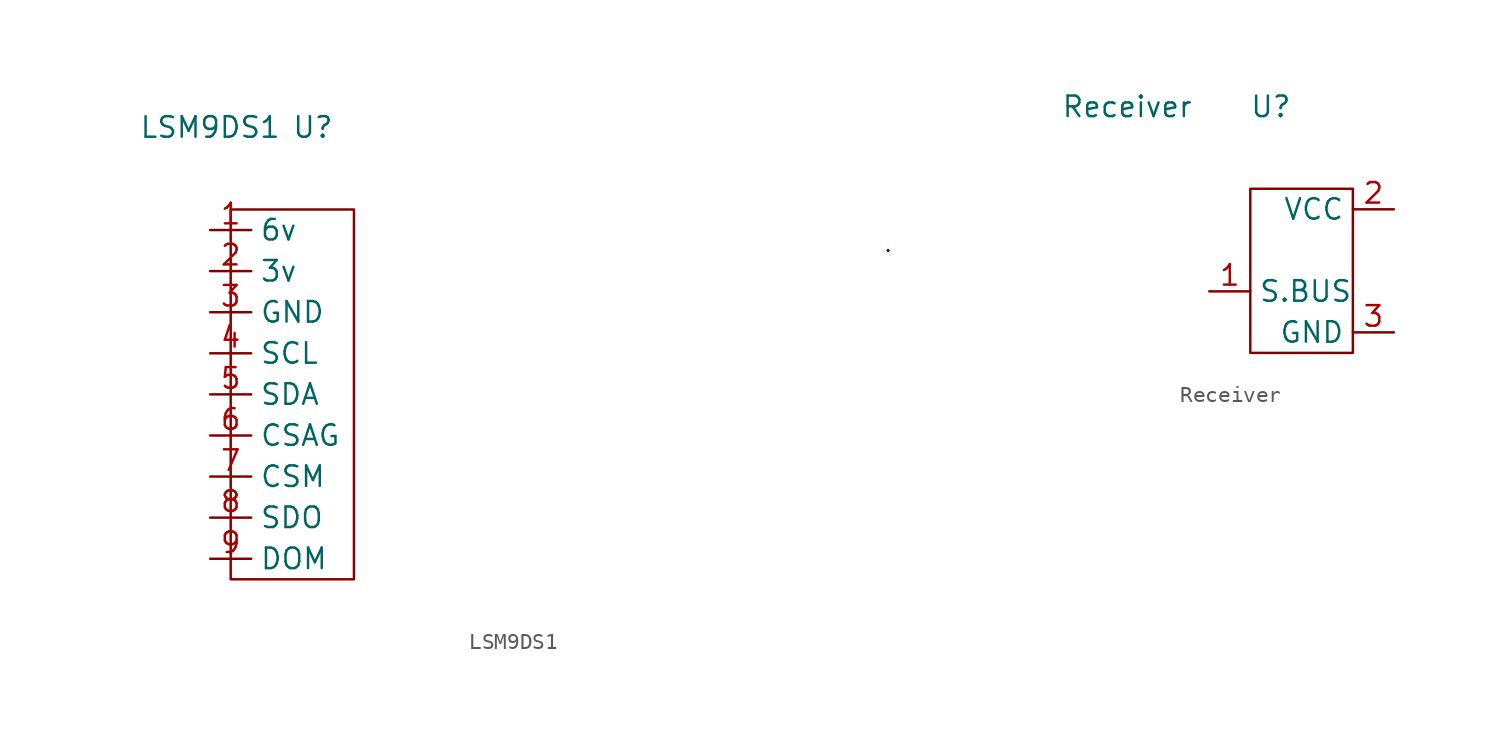
<source format=kicad_sym>
(kicad_symbol_lib
  (version 20211014)
  (generator kicad_symbol_editor)
  (symbol "LSM9DS1"
    (property "Reference" "U"
      (at 6.35 6.35 0)
      (effects (font (size 1.27 1.27))))
    (property "Value" "LSM9DS1"
      (at 0 6.35 0)
      (effects (font (size 1.27 1.27))))
    (symbol "LSM9DS1_0_1"
      (polyline (pts (xy 41.91 -1.27) (xy 41.91 -1.27)) (stroke (width 0) (type default) (color 0 0 0 0)) (fill (type none)))
      (polyline (pts (xy 41.91 -1.27) (xy 41.91 -1.27)) (stroke (width 0) (type default) (color 0 0 0 0)) (fill (type none)))
      (polyline (pts (xy 41.91 -1.27) (xy 41.91 -1.27)) (stroke (width 0) (type default) (color 0 0 0 0)) (fill (type none)))
      (polyline (pts (xy 41.91 -1.27) (xy 41.91 -1.27)) (stroke (width 0) (type default) (color 0 0 0 0)) (fill (type none)))
      (rectangle (start 1.27 1.27) (end 8.89 -21.59) (stroke (width 0) (type default) (color 0 0 0 0)) (fill (type none)))
      (rectangle (start 41.91 -1.27) (end 41.91 -1.27) (stroke (width 0) (type default) (color 0 0 0 0)) (fill (type none)))
      (rectangle (start 41.91 -1.27) (end 41.91 -1.27) (stroke (width 0) (type default) (color 0 0 0 0)) (fill (type none)))
      (rectangle (start 41.91 -1.27) (end 41.91 -1.27) (stroke (width 0) (type default) (color 0 0 0 0)) (fill (type none)))
      (rectangle (start 41.91 -1.27) (end 41.91 -1.27) (stroke (width 0) (type default) (color 0 0 0 0)) (fill (type none))))
    (symbol "LSM9DS1_1_1"
      (pin power_out line (at 0 0 0) (length 2.54) (name "6v" (effects (font (size 1.27 1.27)))) (number "1" (effects (font (size 1.27 1.27)))))
      (pin power_out line (at 0 -2.54 0) (length 2.54) (name "3v" (effects (font (size 1.27 1.27)))) (number "2" (effects (font (size 1.27 1.27)))))
      (pin power_out line (at 0 -5.08 0) (length 2.54) (name "GND" (effects (font (size 1.27 1.27)))) (number "3" (effects (font (size 1.27 1.27)))))
      (pin output line (at 0 -7.62 0) (length 2.54) (name "SCL" (effects (font (size 1.27 1.27)))) (number "4" (effects (font (size 1.27 1.27)))))
      (pin input line (at 0 -10.16 0) (length 2.54) (name "SDA" (effects (font (size 1.27 1.27)))) (number "5" (effects (font (size 1.27 1.27)))))
      (pin input line (at 0 -12.7 0) (length 2.54) (name "CSAG" (effects (font (size 1.27 1.27)))) (number "6" (effects (font (size 1.27 1.27)))))
      (pin input line (at 0 -15.24 0) (length 2.54) (name "CSM" (effects (font (size 1.27 1.27)))) (number "7" (effects (font (size 1.27 1.27)))))
      (pin input line (at 0 -17.78 0) (length 2.54) (name "SDO" (effects (font (size 1.27 1.27)))) (number "8" (effects (font (size 1.27 1.27)))))
      (pin input line (at 0 -20.32 0) (length 2.54) (name "DOM" (effects (font (size 1.27 1.27)))) (number "9" (effects (font (size 1.27 1.27)))))))
  (symbol "Receiver"
    (property "Reference" "U"
      (at 3.81 6.35 0)
      (effects (font (size 1.27 1.27))))
    (property "Value" "Receiver"
      (at -5.08 6.35 0)
      (effects (font (size 1.27 1.27))))
    (symbol "Receiver_0_1"
      (polyline (pts (xy 2.54 1.27) (xy 2.54 -8.89) (xy 8.89 -8.89) (xy 8.89 1.27) (xy 2.54 1.27)) (stroke (width 0) (type default) (color 0 0 0 0)) (fill (type none))))
    (symbol "Receiver_1_1"
      (pin output line (at 0 -5.08 0) (length 2.54) (name "S.BUS" (effects (font (size 1.27 1.27)))) (number "1" (effects (font (size 1.27 1.27)))))
      (pin power_out line (at 11.43 0 180) (length 2.54) (name "VCC" (effects (font (size 1.27 1.27)))) (number "2" (effects (font (size 1.27 1.27)))))
      (pin power_out line (at 11.43 -7.62 180) (length 2.54) (name "GND" (effects (font (size 1.27 1.27)))) (number "3" (effects (font (size 1.27 1.27))))))))
</source>
